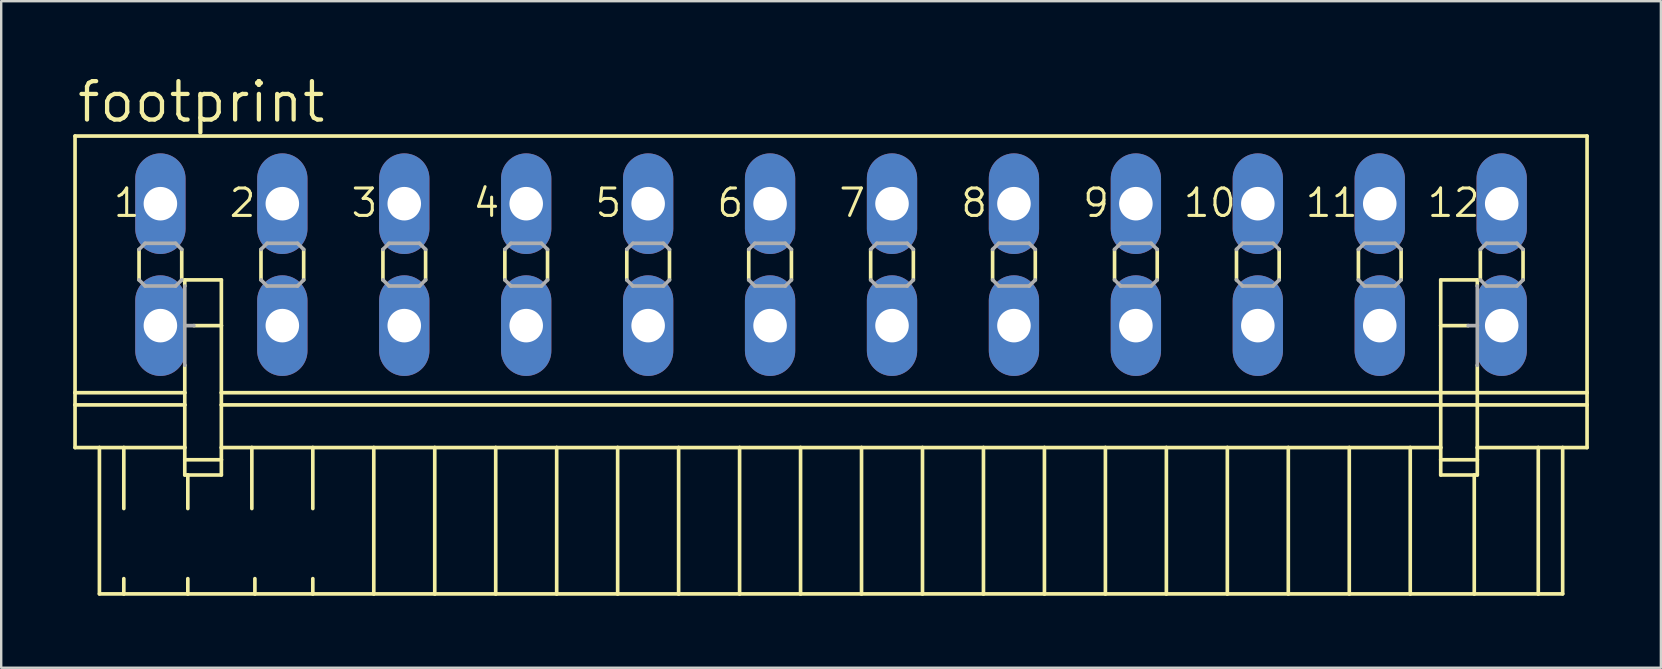
<source format=kicad_pcb>
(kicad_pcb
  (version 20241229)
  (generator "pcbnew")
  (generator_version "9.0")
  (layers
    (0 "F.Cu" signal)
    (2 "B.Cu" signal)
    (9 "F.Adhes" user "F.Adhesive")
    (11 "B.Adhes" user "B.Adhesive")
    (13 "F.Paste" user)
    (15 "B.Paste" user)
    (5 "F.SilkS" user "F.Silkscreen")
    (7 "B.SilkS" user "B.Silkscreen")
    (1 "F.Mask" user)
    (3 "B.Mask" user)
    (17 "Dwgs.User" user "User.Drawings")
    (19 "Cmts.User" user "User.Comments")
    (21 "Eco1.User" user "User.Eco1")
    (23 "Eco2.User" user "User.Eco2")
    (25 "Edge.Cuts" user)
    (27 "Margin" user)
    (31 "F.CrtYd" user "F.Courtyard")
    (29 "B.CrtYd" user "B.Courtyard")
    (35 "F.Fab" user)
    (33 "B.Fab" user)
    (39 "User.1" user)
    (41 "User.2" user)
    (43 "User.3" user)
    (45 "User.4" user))
  (footprint "footprint"
    (layer "F.Cu")
    (at 31.572 7.976)
    (property "Reference" "footprint" (at -31.496 -5.842 0) (layer "F.SilkS") (effects (font (size 1.6 1.6) (thickness 0.178)) (justify left bottom)))
    (fp_line (start -31.496 -5.359) (end -31.496 5.334) (stroke (width 0.152) (type solid)) (layer "F.SilkS"))
    (fp_line (start -31.496 -5.359) (end 31.496 -5.359) (stroke (width 0.152) (type solid)) (layer "F.SilkS"))
    (fp_line (start -31.496 5.334) (end -31.496 5.842) (stroke (width 0.152) (type solid)) (layer "F.SilkS"))
    (fp_line (start -31.496 5.334) (end -26.924 5.334) (stroke (width 0.152) (type solid)) (layer "F.SilkS"))
    (fp_line (start -31.496 5.842) (end -31.496 7.62) (stroke (width 0.152) (type solid)) (layer "F.SilkS"))
    (fp_line (start -31.496 5.842) (end -26.924 5.842) (stroke (width 0.152) (type solid)) (layer "F.SilkS"))
    (fp_line (start -31.496 7.62) (end -30.48 7.62) (stroke (width 0.152) (type solid)) (layer "F.SilkS"))
    (fp_line (start -30.48 7.62) (end -30.48 13.716) (stroke (width 0.152) (type solid)) (layer "F.SilkS"))
    (fp_line (start -30.48 7.62) (end -29.464 7.62) (stroke (width 0.152) (type solid)) (layer "F.SilkS"))
    (fp_line (start -30.48 13.716) (end -29.464 13.716) (stroke (width 0.152) (type solid)) (layer "F.SilkS"))
    (fp_line (start -29.464 7.62) (end -29.464 10.16) (stroke (width 0.152) (type solid)) (layer "F.SilkS"))
    (fp_line (start -29.464 7.62) (end -26.924 7.62) (stroke (width 0.152) (type solid)) (layer "F.SilkS"))
    (fp_line (start -29.464 13.081) (end -29.464 13.716) (stroke (width 0.152) (type solid)) (layer "F.SilkS"))
    (fp_line (start -29.464 13.716) (end -26.797 13.716) (stroke (width 0.152) (type solid)) (layer "F.SilkS"))
    (fp_line (start -28.829 -0.635) (end -28.829 0.635) (stroke (width 0.152) (type solid)) (layer "F.SilkS"))
    (fp_line (start -27.051 -0.635) (end -27.051 0.635) (stroke (width 0.152) (type solid)) (layer "F.SilkS"))
    (fp_line (start -26.924 0.635) (end -26.924 0.889) (stroke (width 0.152) (type solid)) (layer "F.SilkS"))
    (fp_line (start -26.924 0.635) (end -25.4 0.635) (stroke (width 0.152) (type solid)) (layer "F.SilkS"))
    (fp_line (start -26.924 4.191) (end -26.924 5.334) (stroke (width 0.152) (type solid)) (layer "F.SilkS"))
    (fp_line (start -26.924 5.842) (end -26.924 5.334) (stroke (width 0.152) (type solid)) (layer "F.SilkS"))
    (fp_line (start -26.924 7.62) (end -26.924 5.842) (stroke (width 0.152) (type solid)) (layer "F.SilkS"))
    (fp_line (start -26.924 8.128) (end -26.924 7.62) (stroke (width 0.152) (type solid)) (layer "F.SilkS"))
    (fp_line (start -26.924 8.128) (end -25.4 8.128) (stroke (width 0.152) (type solid)) (layer "F.SilkS"))
    (fp_line (start -26.924 8.763) (end -26.924 8.128) (stroke (width 0.152) (type solid)) (layer "F.SilkS"))
    (fp_line (start -26.797 8.763) (end -26.924 8.763) (stroke (width 0.152) (type solid)) (layer "F.SilkS"))
    (fp_line (start -26.797 8.763) (end -26.797 10.16) (stroke (width 0.152) (type solid)) (layer "F.SilkS"))
    (fp_line (start -26.797 13.081) (end -26.797 13.716) (stroke (width 0.152) (type solid)) (layer "F.SilkS"))
    (fp_line (start -26.797 13.716) (end -24.003 13.716) (stroke (width 0.152) (type solid)) (layer "F.SilkS"))
    (fp_line (start -25.4 0.635) (end -25.4 2.54) (stroke (width 0.152) (type solid)) (layer "F.SilkS"))
    (fp_line (start -25.4 2.54) (end -26.543 2.54) (stroke (width 0.152) (type solid)) (layer "F.SilkS"))
    (fp_line (start -25.4 2.54) (end -25.4 5.334) (stroke (width 0.152) (type solid)) (layer "F.SilkS"))
    (fp_line (start -25.4 5.334) (end -25.4 5.842) (stroke (width 0.152) (type solid)) (layer "F.SilkS"))
    (fp_line (start -25.4 5.334) (end 25.4 5.334) (stroke (width 0.152) (type solid)) (layer "F.SilkS"))
    (fp_line (start -25.4 5.842) (end -25.4 7.62) (stroke (width 0.152) (type solid)) (layer "F.SilkS"))
    (fp_line (start -25.4 5.842) (end 25.4 5.842) (stroke (width 0.152) (type solid)) (layer "F.SilkS"))
    (fp_line (start -25.4 7.62) (end -25.4 8.128) (stroke (width 0.152) (type solid)) (layer "F.SilkS"))
    (fp_line (start -25.4 7.62) (end -24.13 7.62) (stroke (width 0.152) (type solid)) (layer "F.SilkS"))
    (fp_line (start -25.4 8.128) (end -25.4 8.763) (stroke (width 0.152) (type solid)) (layer "F.SilkS"))
    (fp_line (start -25.4 8.763) (end -26.797 8.763) (stroke (width 0.152) (type solid)) (layer "F.SilkS"))
    (fp_line (start -24.13 7.62) (end -24.13 10.16) (stroke (width 0.152) (type solid)) (layer "F.SilkS"))
    (fp_line (start -24.13 7.62) (end -21.59 7.62) (stroke (width 0.152) (type solid)) (layer "F.SilkS"))
    (fp_line (start -24.003 13.081) (end -24.003 13.716) (stroke (width 0.152) (type solid)) (layer "F.SilkS"))
    (fp_line (start -24.003 13.716) (end -21.59 13.716) (stroke (width 0.152) (type solid)) (layer "F.SilkS"))
    (fp_line (start -23.749 -0.635) (end -23.749 0.635) (stroke (width 0.152) (type solid)) (layer "F.SilkS"))
    (fp_line (start -21.971 -0.635) (end -21.971 0.635) (stroke (width 0.152) (type solid)) (layer "F.SilkS"))
    (fp_line (start -21.59 7.62) (end -21.59 10.16) (stroke (width 0.152) (type solid)) (layer "F.SilkS"))
    (fp_line (start -21.59 7.62) (end -19.05 7.62) (stroke (width 0.152) (type solid)) (layer "F.SilkS"))
    (fp_line (start -21.59 13.081) (end -21.59 13.716) (stroke (width 0.152) (type solid)) (layer "F.SilkS"))
    (fp_line (start -21.59 13.716) (end -19.05 13.716) (stroke (width 0.152) (type solid)) (layer "F.SilkS"))
    (fp_line (start -19.05 7.62) (end -19.05 13.716) (stroke (width 0.152) (type solid)) (layer "F.SilkS"))
    (fp_line (start -19.05 7.62) (end -16.51 7.62) (stroke (width 0.152) (type solid)) (layer "F.SilkS"))
    (fp_line (start -19.05 13.716) (end -16.51 13.716) (stroke (width 0.152) (type solid)) (layer "F.SilkS"))
    (fp_line (start -18.669 -0.635) (end -18.669 0.635) (stroke (width 0.152) (type solid)) (layer "F.SilkS"))
    (fp_line (start -16.891 -0.635) (end -16.891 0.635) (stroke (width 0.152) (type solid)) (layer "F.SilkS"))
    (fp_line (start -16.51 7.62) (end -16.51 13.716) (stroke (width 0.152) (type solid)) (layer "F.SilkS"))
    (fp_line (start -16.51 7.62) (end -13.97 7.62) (stroke (width 0.152) (type solid)) (layer "F.SilkS"))
    (fp_line (start -16.51 13.716) (end -13.97 13.716) (stroke (width 0.152) (type solid)) (layer "F.SilkS"))
    (fp_line (start -13.97 7.62) (end -13.97 13.716) (stroke (width 0.152) (type solid)) (layer "F.SilkS"))
    (fp_line (start -13.97 7.62) (end -11.43 7.62) (stroke (width 0.152) (type solid)) (layer "F.SilkS"))
    (fp_line (start -13.97 13.716) (end -11.43 13.716) (stroke (width 0.152) (type solid)) (layer "F.SilkS"))
    (fp_line (start -13.589 -0.635) (end -13.589 0.635) (stroke (width 0.152) (type solid)) (layer "F.SilkS"))
    (fp_line (start -11.811 -0.635) (end -11.811 0.635) (stroke (width 0.152) (type solid)) (layer "F.SilkS"))
    (fp_line (start -11.43 7.62) (end -11.43 13.716) (stroke (width 0.152) (type solid)) (layer "F.SilkS"))
    (fp_line (start -11.43 7.62) (end -8.89 7.62) (stroke (width 0.152) (type solid)) (layer "F.SilkS"))
    (fp_line (start -11.43 13.716) (end -8.89 13.716) (stroke (width 0.152) (type solid)) (layer "F.SilkS"))
    (fp_line (start -8.89 7.62) (end -8.89 13.716) (stroke (width 0.152) (type solid)) (layer "F.SilkS"))
    (fp_line (start -8.89 7.62) (end -6.35 7.62) (stroke (width 0.152) (type solid)) (layer "F.SilkS"))
    (fp_line (start -8.89 13.716) (end -6.35 13.716) (stroke (width 0.152) (type solid)) (layer "F.SilkS"))
    (fp_line (start -8.509 -0.635) (end -8.509 0.635) (stroke (width 0.152) (type solid)) (layer "F.SilkS"))
    (fp_line (start -6.731 -0.635) (end -6.731 0.635) (stroke (width 0.152) (type solid)) (layer "F.SilkS"))
    (fp_line (start -6.35 7.62) (end -6.35 13.716) (stroke (width 0.152) (type solid)) (layer "F.SilkS"))
    (fp_line (start -6.35 7.62) (end -3.81 7.62) (stroke (width 0.152) (type solid)) (layer "F.SilkS"))
    (fp_line (start -6.35 13.716) (end -3.81 13.716) (stroke (width 0.152) (type solid)) (layer "F.SilkS"))
    (fp_line (start -3.81 7.62) (end -3.81 13.716) (stroke (width 0.152) (type solid)) (layer "F.SilkS"))
    (fp_line (start -3.81 7.62) (end -1.27 7.62) (stroke (width 0.152) (type solid)) (layer "F.SilkS"))
    (fp_line (start -3.81 13.716) (end -1.27 13.716) (stroke (width 0.152) (type solid)) (layer "F.SilkS"))
    (fp_line (start -3.429 -0.635) (end -3.429 0.635) (stroke (width 0.152) (type solid)) (layer "F.SilkS"))
    (fp_line (start -1.651 -0.635) (end -1.651 0.635) (stroke (width 0.152) (type solid)) (layer "F.SilkS"))
    (fp_line (start -1.27 7.62) (end -1.27 13.716) (stroke (width 0.152) (type solid)) (layer "F.SilkS"))
    (fp_line (start -1.27 7.62) (end 1.27 7.62) (stroke (width 0.152) (type solid)) (layer "F.SilkS"))
    (fp_line (start -1.27 13.716) (end 1.27 13.716) (stroke (width 0.152) (type solid)) (layer "F.SilkS"))
    (fp_line (start 1.27 7.62) (end 1.27 13.716) (stroke (width 0.152) (type solid)) (layer "F.SilkS"))
    (fp_line (start 1.27 7.62) (end 3.81 7.62) (stroke (width 0.152) (type solid)) (layer "F.SilkS"))
    (fp_line (start 1.27 13.716) (end 3.81 13.716) (stroke (width 0.152) (type solid)) (layer "F.SilkS"))
    (fp_line (start 1.651 -0.635) (end 1.651 0.635) (stroke (width 0.152) (type solid)) (layer "F.SilkS"))
    (fp_line (start 3.429 -0.635) (end 3.429 0.635) (stroke (width 0.152) (type solid)) (layer "F.SilkS"))
    (fp_line (start 3.81 7.62) (end 3.81 13.716) (stroke (width 0.152) (type solid)) (layer "F.SilkS"))
    (fp_line (start 3.81 7.62) (end 6.35 7.62) (stroke (width 0.152) (type solid)) (layer "F.SilkS"))
    (fp_line (start 3.81 13.716) (end 6.35 13.716) (stroke (width 0.152) (type solid)) (layer "F.SilkS"))
    (fp_line (start 6.35 7.62) (end 6.35 13.716) (stroke (width 0.152) (type solid)) (layer "F.SilkS"))
    (fp_line (start 6.35 7.62) (end 8.89 7.62) (stroke (width 0.152) (type solid)) (layer "F.SilkS"))
    (fp_line (start 6.35 13.716) (end 8.89 13.716) (stroke (width 0.152) (type solid)) (layer "F.SilkS"))
    (fp_line (start 6.731 -0.635) (end 6.731 0.635) (stroke (width 0.152) (type solid)) (layer "F.SilkS"))
    (fp_line (start 8.509 -0.635) (end 8.509 0.635) (stroke (width 0.152) (type solid)) (layer "F.SilkS"))
    (fp_line (start 8.89 7.62) (end 8.89 13.716) (stroke (width 0.152) (type solid)) (layer "F.SilkS"))
    (fp_line (start 8.89 7.62) (end 11.43 7.62) (stroke (width 0.152) (type solid)) (layer "F.SilkS"))
    (fp_line (start 8.89 13.716) (end 11.43 13.716) (stroke (width 0.152) (type solid)) (layer "F.SilkS"))
    (fp_line (start 11.43 7.62) (end 11.43 13.716) (stroke (width 0.152) (type solid)) (layer "F.SilkS"))
    (fp_line (start 11.43 7.62) (end 13.97 7.62) (stroke (width 0.152) (type solid)) (layer "F.SilkS"))
    (fp_line (start 11.43 13.716) (end 13.97 13.716) (stroke (width 0.152) (type solid)) (layer "F.SilkS"))
    (fp_line (start 11.811 -0.635) (end 11.811 0.635) (stroke (width 0.152) (type solid)) (layer "F.SilkS"))
    (fp_line (start 13.589 -0.635) (end 13.589 0.635) (stroke (width 0.152) (type solid)) (layer "F.SilkS"))
    (fp_line (start 13.97 7.62) (end 13.97 13.716) (stroke (width 0.152) (type solid)) (layer "F.SilkS"))
    (fp_line (start 13.97 7.62) (end 16.51 7.62) (stroke (width 0.152) (type solid)) (layer "F.SilkS"))
    (fp_line (start 13.97 13.716) (end 16.51 13.716) (stroke (width 0.152) (type solid)) (layer "F.SilkS"))
    (fp_line (start 16.51 7.62) (end 16.51 13.716) (stroke (width 0.152) (type solid)) (layer "F.SilkS"))
    (fp_line (start 16.51 7.62) (end 19.05 7.62) (stroke (width 0.152) (type solid)) (layer "F.SilkS"))
    (fp_line (start 16.51 13.716) (end 19.05 13.716) (stroke (width 0.152) (type solid)) (layer "F.SilkS"))
    (fp_line (start 16.891 -0.635) (end 16.891 0.635) (stroke (width 0.152) (type solid)) (layer "F.SilkS"))
    (fp_line (start 18.669 -0.635) (end 18.669 0.635) (stroke (width 0.152) (type solid)) (layer "F.SilkS"))
    (fp_line (start 19.05 7.62) (end 19.05 13.716) (stroke (width 0.152) (type solid)) (layer "F.SilkS"))
    (fp_line (start 19.05 7.62) (end 21.59 7.62) (stroke (width 0.152) (type solid)) (layer "F.SilkS"))
    (fp_line (start 19.05 13.716) (end 21.59 13.716) (stroke (width 0.152) (type solid)) (layer "F.SilkS"))
    (fp_line (start 21.59 7.62) (end 21.59 13.716) (stroke (width 0.152) (type solid)) (layer "F.SilkS"))
    (fp_line (start 21.59 7.62) (end 24.13 7.62) (stroke (width 0.152) (type solid)) (layer "F.SilkS"))
    (fp_line (start 21.59 13.716) (end 24.13 13.716) (stroke (width 0.152) (type solid)) (layer "F.SilkS"))
    (fp_line (start 21.971 -0.635) (end 21.971 0.635) (stroke (width 0.152) (type solid)) (layer "F.SilkS"))
    (fp_line (start 23.749 -0.635) (end 23.749 0.635) (stroke (width 0.152) (type solid)) (layer "F.SilkS"))
    (fp_line (start 24.13 7.62) (end 24.13 13.716) (stroke (width 0.152) (type solid)) (layer "F.SilkS"))
    (fp_line (start 24.13 7.62) (end 25.4 7.62) (stroke (width 0.152) (type solid)) (layer "F.SilkS"))
    (fp_line (start 24.13 13.716) (end 26.797 13.716) (stroke (width 0.152) (type solid)) (layer "F.SilkS"))
    (fp_line (start 25.4 0.635) (end 25.4 2.54) (stroke (width 0.152) (type solid)) (layer "F.SilkS"))
    (fp_line (start 25.4 2.54) (end 25.4 5.334) (stroke (width 0.152) (type solid)) (layer "F.SilkS"))
    (fp_line (start 25.4 2.54) (end 26.543 2.54) (stroke (width 0.152) (type solid)) (layer "F.SilkS"))
    (fp_line (start 25.4 5.334) (end 25.4 5.842) (stroke (width 0.152) (type solid)) (layer "F.SilkS"))
    (fp_line (start 25.4 5.334) (end 26.924 5.334) (stroke (width 0.152) (type solid)) (layer "F.SilkS"))
    (fp_line (start 25.4 5.842) (end 25.4 7.62) (stroke (width 0.152) (type solid)) (layer "F.SilkS"))
    (fp_line (start 25.4 5.842) (end 26.924 5.842) (stroke (width 0.152) (type solid)) (layer "F.SilkS"))
    (fp_line (start 25.4 7.62) (end 25.4 8.128) (stroke (width 0.152) (type solid)) (layer "F.SilkS"))
    (fp_line (start 25.4 8.128) (end 25.4 8.763) (stroke (width 0.152) (type solid)) (layer "F.SilkS"))
    (fp_line (start 25.4 8.128) (end 26.924 8.128) (stroke (width 0.152) (type solid)) (layer "F.SilkS"))
    (fp_line (start 26.797 8.763) (end 25.4 8.763) (stroke (width 0.152) (type solid)) (layer "F.SilkS"))
    (fp_line (start 26.797 8.763) (end 26.797 13.716) (stroke (width 0.152) (type solid)) (layer "F.SilkS"))
    (fp_line (start 26.797 13.716) (end 29.464 13.716) (stroke (width 0.152) (type solid)) (layer "F.SilkS"))
    (fp_line (start 26.924 0.635) (end 25.4 0.635) (stroke (width 0.152) (type solid)) (layer "F.SilkS"))
    (fp_line (start 26.924 0.889) (end 26.924 0.635) (stroke (width 0.152) (type solid)) (layer "F.SilkS"))
    (fp_line (start 26.924 4.191) (end 26.924 5.334) (stroke (width 0.152) (type solid)) (layer "F.SilkS"))
    (fp_line (start 26.924 5.334) (end 31.496 5.334) (stroke (width 0.152) (type solid)) (layer "F.SilkS"))
    (fp_line (start 26.924 5.842) (end 26.924 5.334) (stroke (width 0.152) (type solid)) (layer "F.SilkS"))
    (fp_line (start 26.924 5.842) (end 31.496 5.842) (stroke (width 0.152) (type solid)) (layer "F.SilkS"))
    (fp_line (start 26.924 7.62) (end 26.924 5.842) (stroke (width 0.152) (type solid)) (layer "F.SilkS"))
    (fp_line (start 26.924 7.62) (end 29.464 7.62) (stroke (width 0.152) (type solid)) (layer "F.SilkS"))
    (fp_line (start 26.924 8.128) (end 26.924 7.62) (stroke (width 0.152) (type solid)) (layer "F.SilkS"))
    (fp_line (start 26.924 8.763) (end 26.797 8.763) (stroke (width 0.152) (type solid)) (layer "F.SilkS"))
    (fp_line (start 26.924 8.763) (end 26.924 8.128) (stroke (width 0.152) (type solid)) (layer "F.SilkS"))
    (fp_line (start 27.051 -0.635) (end 27.051 0.635) (stroke (width 0.152) (type solid)) (layer "F.SilkS"))
    (fp_line (start 28.829 -0.635) (end 28.829 0.635) (stroke (width 0.152) (type solid)) (layer "F.SilkS"))
    (fp_line (start 29.464 7.62) (end 29.464 13.716) (stroke (width 0.152) (type solid)) (layer "F.SilkS"))
    (fp_line (start 29.464 7.62) (end 30.48 7.62) (stroke (width 0.152) (type solid)) (layer "F.SilkS"))
    (fp_line (start 29.464 13.716) (end 30.48 13.716) (stroke (width 0.152) (type solid)) (layer "F.SilkS"))
    (fp_line (start 30.48 7.62) (end 30.48 13.716) (stroke (width 0.152) (type solid)) (layer "F.SilkS"))
    (fp_line (start 30.48 7.62) (end 31.496 7.62) (stroke (width 0.152) (type solid)) (layer "F.SilkS"))
    (fp_line (start 31.496 -5.359) (end 31.496 5.334) (stroke (width 0.152) (type solid)) (layer "F.SilkS"))
    (fp_line (start 31.496 5.334) (end 31.496 5.842) (stroke (width 0.152) (type solid)) (layer "F.SilkS"))
    (fp_line (start 31.496 5.842) (end 31.496 7.62) (stroke (width 0.152) (type solid)) (layer "F.SilkS"))
    (fp_line (start -28.829 -0.635) (end -28.575 -0.889) (stroke (width 0.152) (type solid)) (layer "F.Fab"))
    (fp_line (start -28.575 -0.889) (end -27.305 -0.889) (stroke (width 0.152) (type solid)) (layer "F.Fab"))
    (fp_line (start -28.575 0.889) (end -28.829 0.635) (stroke (width 0.152) (type solid)) (layer "F.Fab"))
    (fp_line (start -27.305 -0.889) (end -27.051 -0.635) (stroke (width 0.152) (type solid)) (layer "F.Fab"))
    (fp_line (start -27.305 0.889) (end -28.575 0.889) (stroke (width 0.152) (type solid)) (layer "F.Fab"))
    (fp_line (start -27.051 0.635) (end -27.305 0.889) (stroke (width 0.152) (type solid)) (layer "F.Fab"))
    (fp_line (start -26.924 2.54) (end -26.924 0.889) (stroke (width 0.152) (type solid)) (layer "F.Fab"))
    (fp_line (start -26.924 2.54) (end -26.543 2.54) (stroke (width 0.152) (type solid)) (layer "F.Fab"))
    (fp_line (start -26.924 4.191) (end -26.924 2.54) (stroke (width 0.152) (type solid)) (layer "F.Fab"))
    (fp_line (start -23.749 -0.635) (end -23.495 -0.889) (stroke (width 0.152) (type solid)) (layer "F.Fab"))
    (fp_line (start -23.495 -0.889) (end -22.225 -0.889) (stroke (width 0.152) (type solid)) (layer "F.Fab"))
    (fp_line (start -23.495 0.889) (end -23.749 0.635) (stroke (width 0.152) (type solid)) (layer "F.Fab"))
    (fp_line (start -22.225 -0.889) (end -21.971 -0.635) (stroke (width 0.152) (type solid)) (layer "F.Fab"))
    (fp_line (start -22.225 0.889) (end -23.495 0.889) (stroke (width 0.152) (type solid)) (layer "F.Fab"))
    (fp_line (start -21.971 0.635) (end -22.225 0.889) (stroke (width 0.152) (type solid)) (layer "F.Fab"))
    (fp_line (start -18.669 -0.635) (end -18.415 -0.889) (stroke (width 0.152) (type solid)) (layer "F.Fab"))
    (fp_line (start -18.415 -0.889) (end -17.145 -0.889) (stroke (width 0.152) (type solid)) (layer "F.Fab"))
    (fp_line (start -18.415 0.889) (end -18.669 0.635) (stroke (width 0.152) (type solid)) (layer "F.Fab"))
    (fp_line (start -17.145 -0.889) (end -16.891 -0.635) (stroke (width 0.152) (type solid)) (layer "F.Fab"))
    (fp_line (start -17.145 0.889) (end -18.415 0.889) (stroke (width 0.152) (type solid)) (layer "F.Fab"))
    (fp_line (start -16.891 0.635) (end -17.145 0.889) (stroke (width 0.152) (type solid)) (layer "F.Fab"))
    (fp_line (start -13.589 -0.635) (end -13.335 -0.889) (stroke (width 0.152) (type solid)) (layer "F.Fab"))
    (fp_line (start -13.335 -0.889) (end -12.065 -0.889) (stroke (width 0.152) (type solid)) (layer "F.Fab"))
    (fp_line (start -13.335 0.889) (end -13.589 0.635) (stroke (width 0.152) (type solid)) (layer "F.Fab"))
    (fp_line (start -12.065 -0.889) (end -11.811 -0.635) (stroke (width 0.152) (type solid)) (layer "F.Fab"))
    (fp_line (start -12.065 0.889) (end -13.335 0.889) (stroke (width 0.152) (type solid)) (layer "F.Fab"))
    (fp_line (start -11.811 0.635) (end -12.065 0.889) (stroke (width 0.152) (type solid)) (layer "F.Fab"))
    (fp_line (start -8.509 -0.635) (end -8.255 -0.889) (stroke (width 0.152) (type solid)) (layer "F.Fab"))
    (fp_line (start -8.255 -0.889) (end -6.985 -0.889) (stroke (width 0.152) (type solid)) (layer "F.Fab"))
    (fp_line (start -8.255 0.889) (end -8.509 0.635) (stroke (width 0.152) (type solid)) (layer "F.Fab"))
    (fp_line (start -6.985 -0.889) (end -6.731 -0.635) (stroke (width 0.152) (type solid)) (layer "F.Fab"))
    (fp_line (start -6.985 0.889) (end -8.255 0.889) (stroke (width 0.152) (type solid)) (layer "F.Fab"))
    (fp_line (start -6.731 0.635) (end -6.985 0.889) (stroke (width 0.152) (type solid)) (layer "F.Fab"))
    (fp_line (start -3.429 -0.635) (end -3.175 -0.889) (stroke (width 0.152) (type solid)) (layer "F.Fab"))
    (fp_line (start -3.175 -0.889) (end -1.905 -0.889) (stroke (width 0.152) (type solid)) (layer "F.Fab"))
    (fp_line (start -3.175 0.889) (end -3.429 0.635) (stroke (width 0.152) (type solid)) (layer "F.Fab"))
    (fp_line (start -1.905 -0.889) (end -1.651 -0.635) (stroke (width 0.152) (type solid)) (layer "F.Fab"))
    (fp_line (start -1.905 0.889) (end -3.175 0.889) (stroke (width 0.152) (type solid)) (layer "F.Fab"))
    (fp_line (start -1.651 0.635) (end -1.905 0.889) (stroke (width 0.152) (type solid)) (layer "F.Fab"))
    (fp_line (start 1.651 -0.635) (end 1.905 -0.889) (stroke (width 0.152) (type solid)) (layer "F.Fab"))
    (fp_line (start 1.905 -0.889) (end 3.175 -0.889) (stroke (width 0.152) (type solid)) (layer "F.Fab"))
    (fp_line (start 1.905 0.889) (end 1.651 0.635) (stroke (width 0.152) (type solid)) (layer "F.Fab"))
    (fp_line (start 3.175 -0.889) (end 3.429 -0.635) (stroke (width 0.152) (type solid)) (layer "F.Fab"))
    (fp_line (start 3.175 0.889) (end 1.905 0.889) (stroke (width 0.152) (type solid)) (layer "F.Fab"))
    (fp_line (start 3.429 0.635) (end 3.175 0.889) (stroke (width 0.152) (type solid)) (layer "F.Fab"))
    (fp_line (start 6.731 -0.635) (end 6.985 -0.889) (stroke (width 0.152) (type solid)) (layer "F.Fab"))
    (fp_line (start 6.985 -0.889) (end 8.255 -0.889) (stroke (width 0.152) (type solid)) (layer "F.Fab"))
    (fp_line (start 6.985 0.889) (end 6.731 0.635) (stroke (width 0.152) (type solid)) (layer "F.Fab"))
    (fp_line (start 8.255 -0.889) (end 8.509 -0.635) (stroke (width 0.152) (type solid)) (layer "F.Fab"))
    (fp_line (start 8.255 0.889) (end 6.985 0.889) (stroke (width 0.152) (type solid)) (layer "F.Fab"))
    (fp_line (start 8.509 0.635) (end 8.255 0.889) (stroke (width 0.152) (type solid)) (layer "F.Fab"))
    (fp_line (start 11.811 -0.635) (end 12.065 -0.889) (stroke (width 0.152) (type solid)) (layer "F.Fab"))
    (fp_line (start 12.065 -0.889) (end 13.335 -0.889) (stroke (width 0.152) (type solid)) (layer "F.Fab"))
    (fp_line (start 12.065 0.889) (end 11.811 0.635) (stroke (width 0.152) (type solid)) (layer "F.Fab"))
    (fp_line (start 13.335 -0.889) (end 13.589 -0.635) (stroke (width 0.152) (type solid)) (layer "F.Fab"))
    (fp_line (start 13.335 0.889) (end 12.065 0.889) (stroke (width 0.152) (type solid)) (layer "F.Fab"))
    (fp_line (start 13.589 0.635) (end 13.335 0.889) (stroke (width 0.152) (type solid)) (layer "F.Fab"))
    (fp_line (start 16.891 -0.635) (end 17.145 -0.889) (stroke (width 0.152) (type solid)) (layer "F.Fab"))
    (fp_line (start 17.145 -0.889) (end 18.415 -0.889) (stroke (width 0.152) (type solid)) (layer "F.Fab"))
    (fp_line (start 17.145 0.889) (end 16.891 0.635) (stroke (width 0.152) (type solid)) (layer "F.Fab"))
    (fp_line (start 18.415 -0.889) (end 18.669 -0.635) (stroke (width 0.152) (type solid)) (layer "F.Fab"))
    (fp_line (start 18.415 0.889) (end 17.145 0.889) (stroke (width 0.152) (type solid)) (layer "F.Fab"))
    (fp_line (start 18.669 0.635) (end 18.415 0.889) (stroke (width 0.152) (type solid)) (layer "F.Fab"))
    (fp_line (start 21.971 -0.635) (end 22.225 -0.889) (stroke (width 0.152) (type solid)) (layer "F.Fab"))
    (fp_line (start 22.225 -0.889) (end 23.495 -0.889) (stroke (width 0.152) (type solid)) (layer "F.Fab"))
    (fp_line (start 22.225 0.889) (end 21.971 0.635) (stroke (width 0.152) (type solid)) (layer "F.Fab"))
    (fp_line (start 23.495 -0.889) (end 23.749 -0.635) (stroke (width 0.152) (type solid)) (layer "F.Fab"))
    (fp_line (start 23.495 0.889) (end 22.225 0.889) (stroke (width 0.152) (type solid)) (layer "F.Fab"))
    (fp_line (start 23.749 0.635) (end 23.495 0.889) (stroke (width 0.152) (type solid)) (layer "F.Fab"))
    (fp_line (start 26.543 2.54) (end 26.924 2.54) (stroke (width 0.152) (type solid)) (layer "F.Fab"))
    (fp_line (start 26.924 2.54) (end 26.924 0.889) (stroke (width 0.152) (type solid)) (layer "F.Fab"))
    (fp_line (start 26.924 4.191) (end 26.924 2.54) (stroke (width 0.152) (type solid)) (layer "F.Fab"))
    (fp_line (start 27.051 -0.635) (end 27.305 -0.889) (stroke (width 0.152) (type solid)) (layer "F.Fab"))
    (fp_line (start 27.305 -0.889) (end 28.575 -0.889) (stroke (width 0.152) (type solid)) (layer "F.Fab"))
    (fp_line (start 27.305 0.889) (end 27.051 0.635) (stroke (width 0.152) (type solid)) (layer "F.Fab"))
    (fp_line (start 28.575 -0.889) (end 28.829 -0.635) (stroke (width 0.152) (type solid)) (layer "F.Fab"))
    (fp_line (start 28.575 0.889) (end 27.305 0.889) (stroke (width 0.152) (type solid)) (layer "F.Fab"))
    (fp_line (start 28.829 0.635) (end 28.575 0.889) (stroke (width 0.152) (type solid)) (layer "F.Fab"))
    (fp_text user "1" (at -29.972 -1.905 0) (layer "F.SilkS") (effects (font (size 1.143 1.143) (thickness 0.127)) (justify left bottom)))
    (fp_text user "12" (at 24.765 -1.905 0) (layer "F.SilkS") (effects (font (size 1.143 1.143) (thickness 0.127)) (justify left bottom)))
    (fp_text user "3" (at -20.066 -1.905 0) (layer "F.SilkS") (effects (font (size 1.143 1.143) (thickness 0.127)) (justify left bottom)))
    (fp_text user "11" (at 19.685 -1.905 0) (layer "F.SilkS") (effects (font (size 1.143 1.143) (thickness 0.127)) (justify left bottom)))
    (fp_text user "8" (at 5.334 -1.905 0) (layer "F.SilkS") (effects (font (size 1.143 1.143) (thickness 0.127)) (justify left bottom)))
    (fp_text user "2" (at -25.146 -1.905 0) (layer "F.SilkS") (effects (font (size 1.143 1.143) (thickness 0.127)) (justify left bottom)))
    (fp_text user "5" (at -9.906 -1.905 0) (layer "F.SilkS") (effects (font (size 1.143 1.143) (thickness 0.127)) (justify left bottom)))
    (fp_text user "6" (at -4.826 -1.905 0) (layer "F.SilkS") (effects (font (size 1.143 1.143) (thickness 0.127)) (justify left bottom)))
    (fp_text user "9" (at 10.414 -1.905 0) (layer "F.SilkS") (effects (font (size 1.143 1.143) (thickness 0.127)) (justify left bottom)))
    (fp_text user "7" (at 0.254 -1.905 0) (layer "F.SilkS") (effects (font (size 1.143 1.143) (thickness 0.127)) (justify left bottom)))
    (fp_text user "10" (at 14.605 -1.905 0) (layer "F.SilkS") (effects (font (size 1.143 1.143) (thickness 0.127)) (justify left bottom)))
    (fp_text user "4" (at -14.986 -1.905 0) (layer "F.SilkS") (effects (font (size 1.143 1.143) (thickness 0.127)) (justify left bottom)))
    (pad "1" thru_hole oval (at -27.94 -2.54 90) (size 4.191 2.095) (drill 1.397) (layers "*.Cu" "*.Mask"))
    (pad "1A" thru_hole oval (at -27.94 2.54 90) (size 4.191 2.095) (drill 1.397) (layers "*.Cu" "*.Mask"))
    (pad "2" thru_hole oval (at -22.86 -2.54 90) (size 4.191 2.095) (drill 1.397) (layers "*.Cu" "*.Mask"))
    (pad "2A" thru_hole oval (at -22.86 2.54 90) (size 4.191 2.095) (drill 1.397) (layers "*.Cu" "*.Mask"))
    (pad "3" thru_hole oval (at -17.78 -2.54 90) (size 4.191 2.095) (drill 1.397) (layers "*.Cu" "*.Mask"))
    (pad "3A" thru_hole oval (at -17.78 2.54 90) (size 4.191 2.095) (drill 1.397) (layers "*.Cu" "*.Mask"))
    (pad "4" thru_hole oval (at -12.7 -2.54 90) (size 4.191 2.095) (drill 1.397) (layers "*.Cu" "*.Mask"))
    (pad "4A" thru_hole oval (at -12.7 2.54 90) (size 4.191 2.095) (drill 1.397) (layers "*.Cu" "*.Mask"))
    (pad "5" thru_hole oval (at -7.62 -2.54 90) (size 4.191 2.095) (drill 1.397) (layers "*.Cu" "*.Mask"))
    (pad "5A" thru_hole oval (at -7.62 2.54 90) (size 4.191 2.095) (drill 1.397) (layers "*.Cu" "*.Mask"))
    (pad "6" thru_hole oval (at -2.54 -2.54 90) (size 4.191 2.095) (drill 1.397) (layers "*.Cu" "*.Mask"))
    (pad "6A" thru_hole oval (at -2.54 2.54 90) (size 4.191 2.095) (drill 1.397) (layers "*.Cu" "*.Mask"))
    (pad "7" thru_hole oval (at 2.54 -2.54 90) (size 4.191 2.095) (drill 1.397) (layers "*.Cu" "*.Mask"))
    (pad "7A" thru_hole oval (at 2.54 2.54 90) (size 4.191 2.095) (drill 1.397) (layers "*.Cu" "*.Mask"))
    (pad "8" thru_hole oval (at 7.62 -2.54 90) (size 4.191 2.095) (drill 1.397) (layers "*.Cu" "*.Mask"))
    (pad "8A" thru_hole oval (at 7.62 2.54 90) (size 4.191 2.095) (drill 1.397) (layers "*.Cu" "*.Mask"))
    (pad "9" thru_hole oval (at 12.7 -2.54 90) (size 4.191 2.095) (drill 1.397) (layers "*.Cu" "*.Mask"))
    (pad "9A" thru_hole oval (at 12.7 2.54 90) (size 4.191 2.095) (drill 1.397) (layers "*.Cu" "*.Mask"))
    (pad "10" thru_hole oval (at 17.78 -2.54 90) (size 4.191 2.095) (drill 1.397) (layers "*.Cu" "*.Mask"))
    (pad "10A" thru_hole oval (at 17.78 2.54 90) (size 4.191 2.095) (drill 1.397) (layers "*.Cu" "*.Mask"))
    (pad "11" thru_hole oval (at 22.86 -2.54 90) (size 4.191 2.095) (drill 1.397) (layers "*.Cu" "*.Mask"))
    (pad "11A" thru_hole oval (at 22.86 2.54 90) (size 4.191 2.095) (drill 1.397) (layers "*.Cu" "*.Mask"))
    (pad "12" thru_hole oval (at 27.94 -2.54 90) (size 4.191 2.095) (drill 1.397) (layers "*.Cu" "*.Mask"))
    (pad "12A" thru_hole oval (at 27.94 2.54 90) (size 4.191 2.095) (drill 1.397) (layers "*.Cu" "*.Mask")))
  (gr_rect
    (start -3 -3)
    (end 66.144 24.768)
    (stroke (width 0.1) (type default))
    (fill no)
    (layer "Edge.Cuts")))
</source>
